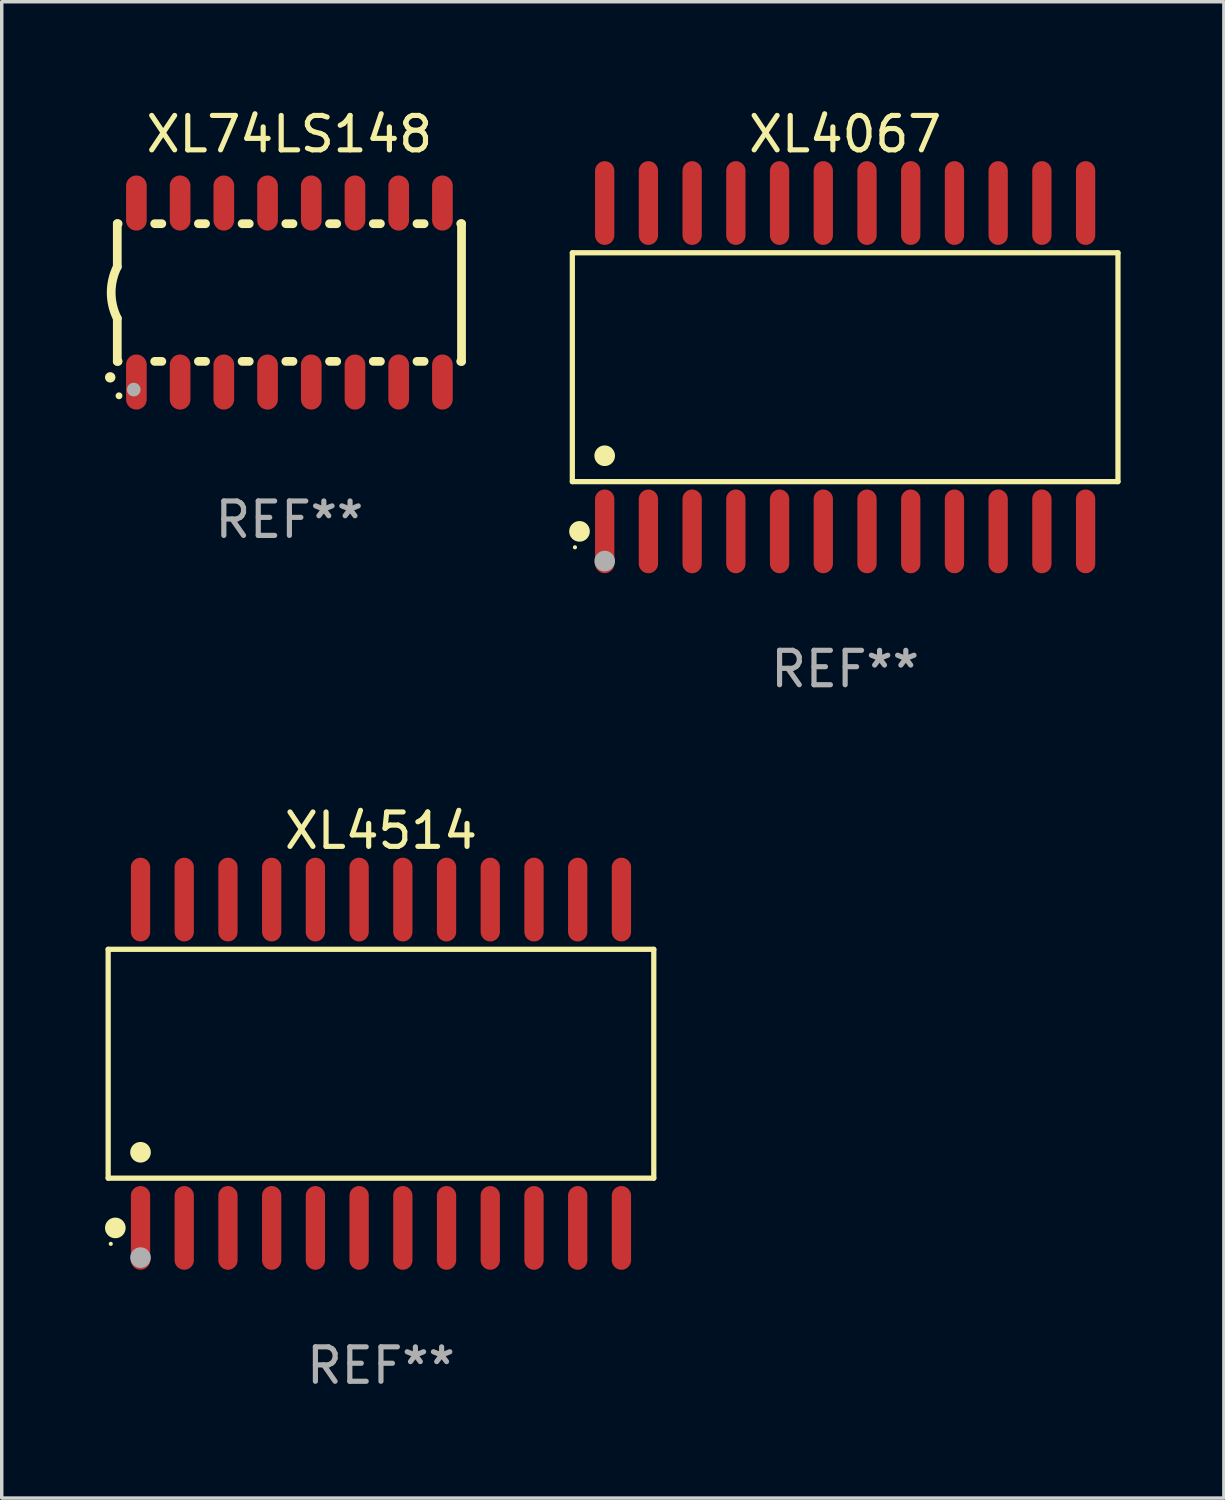
<source format=kicad_pcb>
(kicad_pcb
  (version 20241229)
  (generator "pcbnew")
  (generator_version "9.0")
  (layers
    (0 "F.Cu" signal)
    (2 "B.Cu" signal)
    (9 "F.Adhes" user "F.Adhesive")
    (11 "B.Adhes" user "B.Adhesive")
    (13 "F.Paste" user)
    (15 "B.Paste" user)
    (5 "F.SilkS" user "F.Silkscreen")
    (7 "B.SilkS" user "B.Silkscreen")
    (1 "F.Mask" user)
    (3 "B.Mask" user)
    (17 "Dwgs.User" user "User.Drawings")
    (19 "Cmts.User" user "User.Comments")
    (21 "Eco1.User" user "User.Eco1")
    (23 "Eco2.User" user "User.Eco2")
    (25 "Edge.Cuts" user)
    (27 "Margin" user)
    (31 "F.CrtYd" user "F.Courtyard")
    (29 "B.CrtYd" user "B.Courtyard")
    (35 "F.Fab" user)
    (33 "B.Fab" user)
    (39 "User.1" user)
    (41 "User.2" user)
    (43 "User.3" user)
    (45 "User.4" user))
  (footprint "XL4067"
    (layer "F.Cu")
    (at 21.501 7.617)
    (property "Reference" "XL4067" (at 0 -6.769 0) (layer "F.SilkS") (effects (font (size 1 1) (thickness 0.15))))
    (attr through_hole)
    (fp_line (start -7.925 -3.324) (end 7.925 -3.324) (stroke (width 0.152) (type solid)) (layer "F.SilkS"))
    (fp_line (start -7.925 3.324) (end -7.925 -3.324) (stroke (width 0.152) (type solid)) (layer "F.SilkS"))
    (fp_line (start 7.925 -3.324) (end 7.925 3.324) (stroke (width 0.152) (type solid)) (layer "F.SilkS"))
    (fp_line (start 7.925 3.324) (end -7.925 3.324) (stroke (width 0.152) (type solid)) (layer "F.SilkS"))
    (fp_circle (center -7.849 5.232) (end -7.819 5.232) (stroke (width 0.06) (type solid)) (fill no) (layer "F.SilkS"))
    (fp_circle (center -7.717 4.769) (end -7.567 4.769) (stroke (width 0.3) (type solid)) (fill no) (layer "F.SilkS"))
    (fp_circle (center -6.985 2.572) (end -6.835 2.572) (stroke (width 0.3) (type solid)) (fill no) (layer "F.SilkS"))
    (fp_circle (center -6.985 5.632) (end -6.835 5.632) (stroke (width 0.3) (type solid)) (fill no) (layer "F.Fab"))
    (fp_text user "REF**" (at 0 8.769 0) (layer "F.Fab") (effects (font (size 1 1) (thickness 0.15))))
    (pad "1" smd oval (at -6.985 4.769) (size 0.56 2.432) (layers "F.Cu" "F.Mask" "F.Paste"))
    (pad "2" smd oval (at -5.715 4.769) (size 0.56 2.432) (layers "F.Cu" "F.Mask" "F.Paste"))
    (pad "3" smd oval (at -4.445 4.769) (size 0.56 2.432) (layers "F.Cu" "F.Mask" "F.Paste"))
    (pad "4" smd oval (at -3.175 4.769) (size 0.56 2.432) (layers "F.Cu" "F.Mask" "F.Paste"))
    (pad "5" smd oval (at -1.905 4.769) (size 0.56 2.432) (layers "F.Cu" "F.Mask" "F.Paste"))
    (pad "6" smd oval (at -0.635 4.769) (size 0.56 2.432) (layers "F.Cu" "F.Mask" "F.Paste"))
    (pad "7" smd oval (at 0.635 4.769) (size 0.56 2.432) (layers "F.Cu" "F.Mask" "F.Paste"))
    (pad "8" smd oval (at 1.905 4.769) (size 0.56 2.432) (layers "F.Cu" "F.Mask" "F.Paste"))
    (pad "9" smd oval (at 3.175 4.769) (size 0.56 2.432) (layers "F.Cu" "F.Mask" "F.Paste"))
    (pad "10" smd oval (at 4.445 4.769) (size 0.56 2.432) (layers "F.Cu" "F.Mask" "F.Paste"))
    (pad "11" smd oval (at 5.715 4.769) (size 0.56 2.432) (layers "F.Cu" "F.Mask" "F.Paste"))
    (pad "12" smd oval (at 6.985 4.769) (size 0.56 2.432) (layers "F.Cu" "F.Mask" "F.Paste"))
    (pad "13" smd oval (at 6.985 -4.769) (size 0.56 2.432) (layers "F.Cu" "F.Mask" "F.Paste"))
    (pad "14" smd oval (at 5.715 -4.769) (size 0.56 2.432) (layers "F.Cu" "F.Mask" "F.Paste"))
    (pad "15" smd oval (at 4.445 -4.769) (size 0.56 2.432) (layers "F.Cu" "F.Mask" "F.Paste"))
    (pad "16" smd oval (at 3.175 -4.769) (size 0.56 2.432) (layers "F.Cu" "F.Mask" "F.Paste"))
    (pad "17" smd oval (at 1.905 -4.769) (size 0.56 2.432) (layers "F.Cu" "F.Mask" "F.Paste"))
    (pad "18" smd oval (at 0.635 -4.769) (size 0.56 2.432) (layers "F.Cu" "F.Mask" "F.Paste"))
    (pad "19" smd oval (at -0.635 -4.769) (size 0.56 2.432) (layers "F.Cu" "F.Mask" "F.Paste"))
    (pad "20" smd oval (at -1.905 -4.769) (size 0.56 2.432) (layers "F.Cu" "F.Mask" "F.Paste"))
    (pad "21" smd oval (at -3.175 -4.769) (size 0.56 2.432) (layers "F.Cu" "F.Mask" "F.Paste"))
    (pad "22" smd oval (at -4.445 -4.769) (size 0.56 2.432) (layers "F.Cu" "F.Mask" "F.Paste"))
    (pad "23" smd oval (at -5.715 -4.769) (size 0.56 2.432) (layers "F.Cu" "F.Mask" "F.Paste"))
    (pad "24" smd oval (at -6.985 -4.769) (size 0.56 2.432) (layers "F.Cu" "F.Mask" "F.Paste")))
  (footprint "XL4514"
    (layer "F.Cu")
    (at 8.017 27.851)
    (property "Reference" "XL4514" (at 0 -6.769 0) (layer "F.SilkS") (effects (font (size 1 1) (thickness 0.15))))
    (attr through_hole)
    (fp_line (start -7.925 -3.324) (end 7.925 -3.324) (stroke (width 0.152) (type solid)) (layer "F.SilkS"))
    (fp_line (start -7.925 3.324) (end -7.925 -3.324) (stroke (width 0.152) (type solid)) (layer "F.SilkS"))
    (fp_line (start 7.925 -3.324) (end 7.925 3.324) (stroke (width 0.152) (type solid)) (layer "F.SilkS"))
    (fp_line (start 7.925 3.324) (end -7.925 3.324) (stroke (width 0.152) (type solid)) (layer "F.SilkS"))
    (fp_circle (center -7.849 5.232) (end -7.819 5.232) (stroke (width 0.06) (type solid)) (fill no) (layer "F.SilkS"))
    (fp_circle (center -7.717 4.769) (end -7.567 4.769) (stroke (width 0.3) (type solid)) (fill no) (layer "F.SilkS"))
    (fp_circle (center -6.985 2.572) (end -6.835 2.572) (stroke (width 0.3) (type solid)) (fill no) (layer "F.SilkS"))
    (fp_circle (center -6.985 5.632) (end -6.835 5.632) (stroke (width 0.3) (type solid)) (fill no) (layer "F.Fab"))
    (fp_text user "REF**" (at 0 8.769 0) (layer "F.Fab") (effects (font (size 1 1) (thickness 0.15))))
    (pad "1" smd oval (at -6.985 4.769) (size 0.56 2.432) (layers "F.Cu" "F.Mask" "F.Paste"))
    (pad "2" smd oval (at -5.715 4.769) (size 0.56 2.432) (layers "F.Cu" "F.Mask" "F.Paste"))
    (pad "3" smd oval (at -4.445 4.769) (size 0.56 2.432) (layers "F.Cu" "F.Mask" "F.Paste"))
    (pad "4" smd oval (at -3.175 4.769) (size 0.56 2.432) (layers "F.Cu" "F.Mask" "F.Paste"))
    (pad "5" smd oval (at -1.905 4.769) (size 0.56 2.432) (layers "F.Cu" "F.Mask" "F.Paste"))
    (pad "6" smd oval (at -0.635 4.769) (size 0.56 2.432) (layers "F.Cu" "F.Mask" "F.Paste"))
    (pad "7" smd oval (at 0.635 4.769) (size 0.56 2.432) (layers "F.Cu" "F.Mask" "F.Paste"))
    (pad "8" smd oval (at 1.905 4.769) (size 0.56 2.432) (layers "F.Cu" "F.Mask" "F.Paste"))
    (pad "9" smd oval (at 3.175 4.769) (size 0.56 2.432) (layers "F.Cu" "F.Mask" "F.Paste"))
    (pad "10" smd oval (at 4.445 4.769) (size 0.56 2.432) (layers "F.Cu" "F.Mask" "F.Paste"))
    (pad "11" smd oval (at 5.715 4.769) (size 0.56 2.432) (layers "F.Cu" "F.Mask" "F.Paste"))
    (pad "12" smd oval (at 6.985 4.769) (size 0.56 2.432) (layers "F.Cu" "F.Mask" "F.Paste"))
    (pad "13" smd oval (at 6.985 -4.769) (size 0.56 2.432) (layers "F.Cu" "F.Mask" "F.Paste"))
    (pad "14" smd oval (at 5.715 -4.769) (size 0.56 2.432) (layers "F.Cu" "F.Mask" "F.Paste"))
    (pad "15" smd oval (at 4.445 -4.769) (size 0.56 2.432) (layers "F.Cu" "F.Mask" "F.Paste"))
    (pad "16" smd oval (at 3.175 -4.769) (size 0.56 2.432) (layers "F.Cu" "F.Mask" "F.Paste"))
    (pad "17" smd oval (at 1.905 -4.769) (size 0.56 2.432) (layers "F.Cu" "F.Mask" "F.Paste"))
    (pad "18" smd oval (at 0.635 -4.769) (size 0.56 2.432) (layers "F.Cu" "F.Mask" "F.Paste"))
    (pad "19" smd oval (at -0.635 -4.769) (size 0.56 2.432) (layers "F.Cu" "F.Mask" "F.Paste"))
    (pad "20" smd oval (at -1.905 -4.769) (size 0.56 2.432) (layers "F.Cu" "F.Mask" "F.Paste"))
    (pad "21" smd oval (at -3.175 -4.769) (size 0.56 2.432) (layers "F.Cu" "F.Mask" "F.Paste"))
    (pad "22" smd oval (at -4.445 -4.769) (size 0.56 2.432) (layers "F.Cu" "F.Mask" "F.Paste"))
    (pad "23" smd oval (at -5.715 -4.769) (size 0.56 2.432) (layers "F.Cu" "F.Mask" "F.Paste"))
    (pad "24" smd oval (at -6.985 -4.769) (size 0.56 2.432) (layers "F.Cu" "F.Mask" "F.Paste")))
  (footprint "XL74LS148"
    (layer "F.Cu")
    (at 5.357 5.448)
    (property "Reference" "XL74LS148" (at 0 -4.6 0) (layer "F.SilkS") (effects (font (size 1 1) (thickness 0.15))))
    (attr through_hole)
    (fp_line (start -5 -2) (end -5 -0.75) (stroke (width 0.254) (type solid)) (layer "F.SilkS"))
    (fp_line (start -5 -2) (end -4.976 -2) (stroke (width 0.254) (type solid)) (layer "F.SilkS"))
    (fp_line (start -5 2) (end -5 0.75) (stroke (width 0.254) (type solid)) (layer "F.SilkS"))
    (fp_line (start -5 2) (end -4.976 2) (stroke (width 0.254) (type solid)) (layer "F.SilkS"))
    (fp_line (start -3.914 -2) (end -3.706 -2) (stroke (width 0.254) (type solid)) (layer "F.SilkS"))
    (fp_line (start -3.914 2) (end -3.706 2) (stroke (width 0.254) (type solid)) (layer "F.SilkS"))
    (fp_line (start -2.644 -2) (end -2.436 -2) (stroke (width 0.254) (type solid)) (layer "F.SilkS"))
    (fp_line (start -2.644 2) (end -2.436 2) (stroke (width 0.254) (type solid)) (layer "F.SilkS"))
    (fp_line (start -1.374 -2) (end -1.166 -2) (stroke (width 0.254) (type solid)) (layer "F.SilkS"))
    (fp_line (start -1.374 2) (end -1.166 2) (stroke (width 0.254) (type solid)) (layer "F.SilkS"))
    (fp_line (start -0.104 -2) (end 0.104 -2) (stroke (width 0.254) (type solid)) (layer "F.SilkS"))
    (fp_line (start -0.104 2) (end 0.104 2) (stroke (width 0.254) (type solid)) (layer "F.SilkS"))
    (fp_line (start 1.166 -2) (end 1.374 -2) (stroke (width 0.254) (type solid)) (layer "F.SilkS"))
    (fp_line (start 1.166 2) (end 1.374 2) (stroke (width 0.254) (type solid)) (layer "F.SilkS"))
    (fp_line (start 2.436 -2) (end 2.644 -2) (stroke (width 0.254) (type solid)) (layer "F.SilkS"))
    (fp_line (start 2.436 2) (end 2.644 2) (stroke (width 0.254) (type solid)) (layer "F.SilkS"))
    (fp_line (start 3.706 -2) (end 3.914 -2) (stroke (width 0.254) (type solid)) (layer "F.SilkS"))
    (fp_line (start 3.706 2) (end 3.914 2) (stroke (width 0.254) (type solid)) (layer "F.SilkS"))
    (fp_line (start 4.976 -2) (end 5 -2) (stroke (width 0.254) (type solid)) (layer "F.SilkS"))
    (fp_line (start 4.976 2) (end 5 2) (stroke (width 0.254) (type solid)) (layer "F.SilkS"))
    (fp_line (start 5 2) (end 5 -2) (stroke (width 0.254) (type solid)) (layer "F.SilkS"))
    (fp_arc (start -5.20701 2.46383) (mid -5.20574 2.463825) (end -5.20447 2.46383) (stroke (width 0.3) (type solid)) (layer "F.SilkS"))
    (fp_arc (start -5 0.751207) (mid -5.177192 0.00061) (end -5 -0.749987) (stroke (width 0.254001) (type solid)) (layer "F.SilkS"))
    (fp_circle (center -4.95 3) (end -4.9 3) (stroke (width 0.1) (type solid)) (fill no) (layer "F.SilkS"))
    (fp_circle (center -4.521 2.819) (end -4.421 2.819) (stroke (width 0.2) (type solid)) (fill no) (layer "F.Fab"))
    (fp_text user "REF**" (at 0 6.6 0) (layer "F.Fab") (effects (font (size 1 1) (thickness 0.15))))
    (pad "1" smd oval (at -4.445 2.6 180) (size 0.6 1.6) (layers "F.Cu" "F.Mask" "F.Paste"))
    (pad "2" smd oval (at -3.175 2.6 180) (size 0.6 1.6) (layers "F.Cu" "F.Mask" "F.Paste"))
    (pad "3" smd oval (at -1.905 2.6 180) (size 0.6 1.6) (layers "F.Cu" "F.Mask" "F.Paste"))
    (pad "4" smd oval (at -0.635 2.6 180) (size 0.6 1.6) (layers "F.Cu" "F.Mask" "F.Paste"))
    (pad "5" smd oval (at 0.635 2.6 180) (size 0.6 1.6) (layers "F.Cu" "F.Mask" "F.Paste"))
    (pad "6" smd oval (at 1.905 2.6 180) (size 0.6 1.6) (layers "F.Cu" "F.Mask" "F.Paste"))
    (pad "7" smd oval (at 3.175 2.6 180) (size 0.6 1.6) (layers "F.Cu" "F.Mask" "F.Paste"))
    (pad "8" smd oval (at 4.445 2.6 180) (size 0.6 1.6) (layers "F.Cu" "F.Mask" "F.Paste"))
    (pad "9" smd oval (at 4.445 -2.6 180) (size 0.6 1.6) (layers "F.Cu" "F.Mask" "F.Paste"))
    (pad "10" smd oval (at 3.175 -2.6 180) (size 0.6 1.6) (layers "F.Cu" "F.Mask" "F.Paste"))
    (pad "11" smd oval (at 1.905 -2.6 180) (size 0.6 1.6) (layers "F.Cu" "F.Mask" "F.Paste"))
    (pad "12" smd oval (at 0.635 -2.6 180) (size 0.6 1.6) (layers "F.Cu" "F.Mask" "F.Paste"))
    (pad "13" smd oval (at -0.635 -2.6 180) (size 0.6 1.6) (layers "F.Cu" "F.Mask" "F.Paste"))
    (pad "14" smd oval (at -1.905 -2.6 180) (size 0.6 1.6) (layers "F.Cu" "F.Mask" "F.Paste"))
    (pad "15" smd oval (at -3.175 -2.6 180) (size 0.6 1.6) (layers "F.Cu" "F.Mask" "F.Paste"))
    (pad "16" smd oval (at -4.445 -2.6 180) (size 0.6 1.6) (layers "F.Cu" "F.Mask" "F.Paste")))
  (gr_rect
    (start -3 -3)
    (end 32.503 40.468)
    (stroke (width 0.1) (type default))
    (fill no)
    (layer "Edge.Cuts")))
</source>
